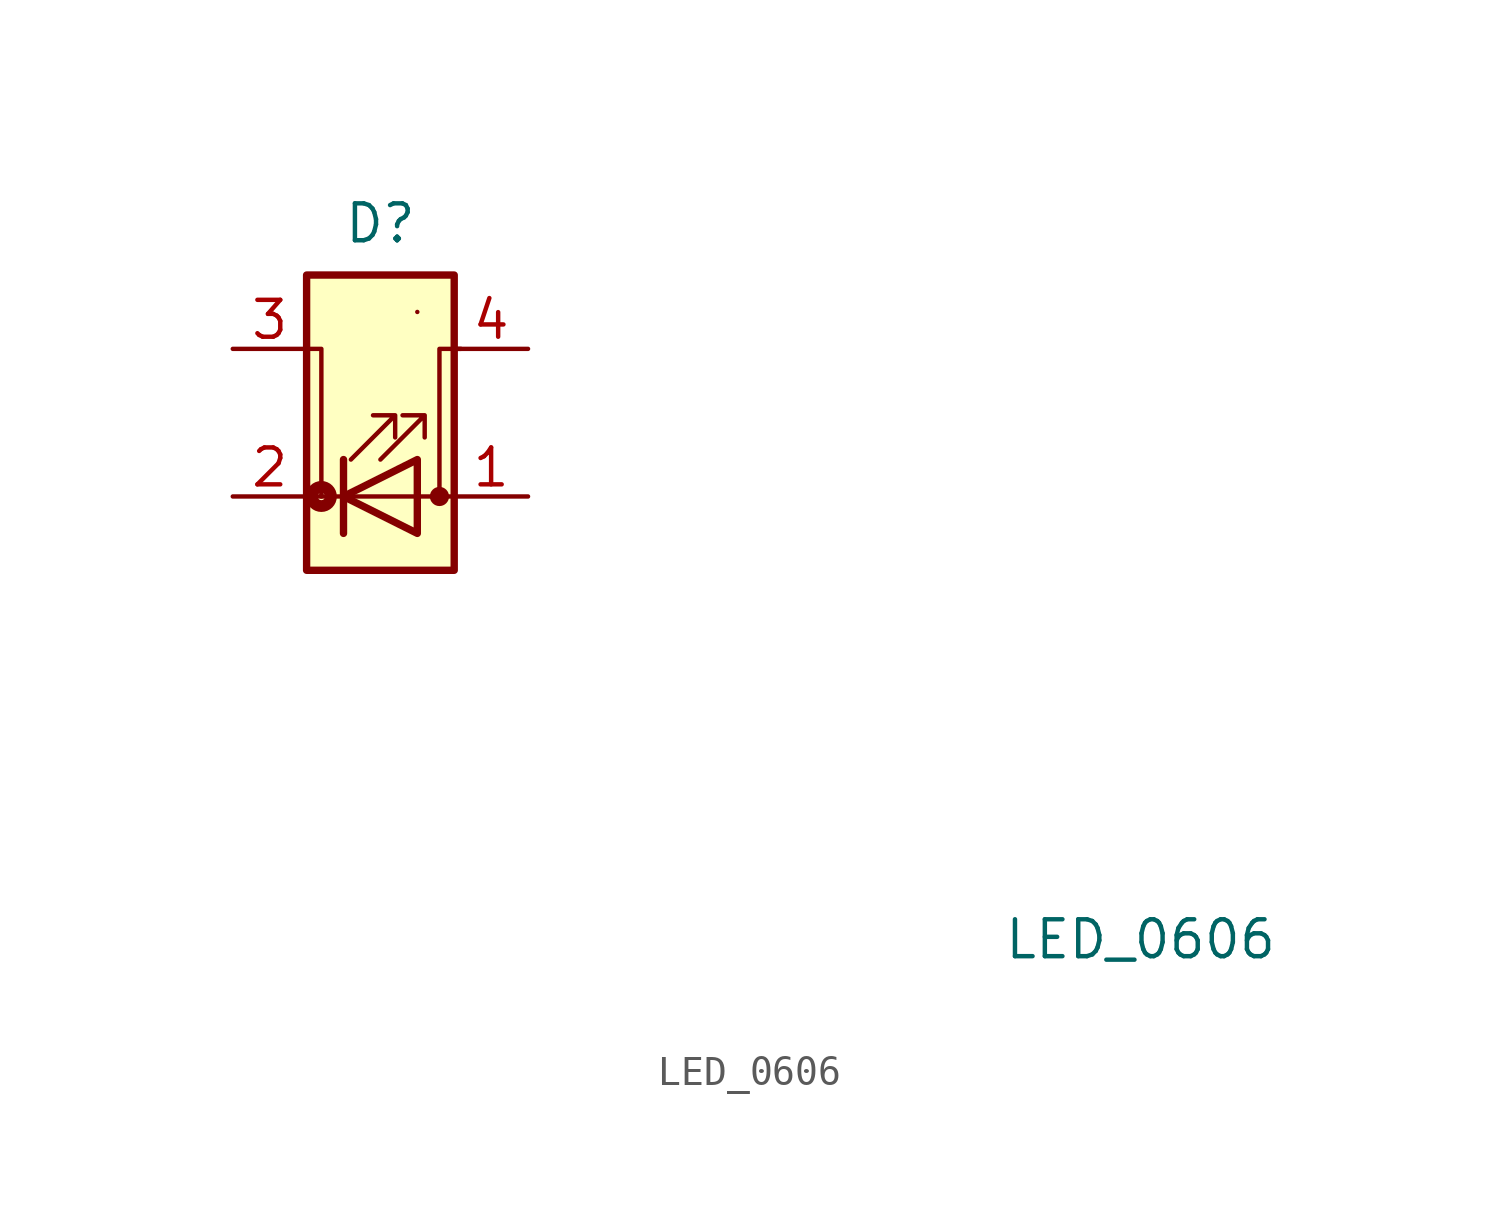
<source format=kicad_sym>
(kicad_symbol_lib
  (version 20211014)
  (generator kicad_symbol_editor)
  (symbol "LED_0606"
    (pin_names
      (offset 0) hide)
    (property "Reference" "D"
      (at 0 9.398 0)
      (effects (font (size 1.27 1.27))))
    (property "Value" "LED_0606"
      (at 26.162 -15.24 0)
      (effects (font (size 1.27 1.27))))
    (symbol "LED_0606_0_1"
      (rectangle (start -2.54 7.62) (end 2.54 -2.54) (stroke (width 0.254) (type default) (color 0 0 0 0)) (fill (type background)))
      (circle (center -2.032 0) (radius 0.127) (stroke (width 0.406) (type default) (color 0 0 0 0)) (fill (type none)))
      (polyline (pts (xy -1.27 0) (xy -2.54 0)) (stroke (width 0) (type default) (color 0 0 0 0)) (fill (type none)))
      (polyline (pts (xy -1.27 1.27) (xy -1.27 -1.27)) (stroke (width 0.254) (type default) (color 0 0 0 0)) (fill (type none)))
      (polyline (pts (xy 1.27 0) (xy -1.27 0)) (stroke (width 0) (type default) (color 0 0 0 0)) (fill (type none)))
      (polyline (pts (xy 1.27 0) (xy 2.54 0)) (stroke (width 0) (type default) (color 0 0 0 0)) (fill (type none)))
      (polyline (pts (xy -2.54 5.08) (xy -2.032 5.08) (xy -2.032 0)) (stroke (width 0) (type default) (color 0 0 0 0)) (fill (type none)))
      (polyline (pts (xy -1.27 1.27) (xy -1.27 -1.27) (xy -1.27 -1.27)) (stroke (width 0) (type default) (color 0 0 0 0)) (fill (type none)))
      (polyline (pts (xy 2.032 0.025) (xy 2.032 5.08) (xy 2.769 5.08)) (stroke (width 0) (type default) (color 0 0 0 0)) (fill (type none)))
      (polyline (pts (xy 1.27 1.27) (xy 1.27 -1.27) (xy -1.27 0) (xy 1.27 1.27)) (stroke (width 0.254) (type default) (color 0 0 0 0)) (fill (type none)))
      (polyline (pts (xy -1.016 1.27) (xy 0.508 2.794) (xy -0.254 2.794) (xy 0.508 2.794) (xy 0.508 2.032)) (stroke (width 0) (type default) (color 0 0 0 0)) (fill (type none)))
      (polyline (pts (xy 0 1.27) (xy 1.524 2.794) (xy 0.762 2.794) (xy 1.524 2.794) (xy 1.524 2.032)) (stroke (width 0) (type default) (color 0 0 0 0)) (fill (type none)))
      (rectangle (start 1.27 -1.27) (end 1.27 1.27) (stroke (width 0) (type default) (color 0 0 0 0)) (fill (type none)))
      (rectangle (start 1.27 1.27) (end 1.27 1.27) (stroke (width 0) (type default) (color 0 0 0 0)) (fill (type none)))
      (rectangle (start 1.27 6.35) (end 1.27 6.35) (stroke (width 0) (type default) (color 0 0 0 0)) (fill (type none)))
      (circle (center 2.032 0) (radius 0.254) (stroke (width 0) (type default) (color 0 0 0 0)) (fill (type outline))))
    (symbol "LED_0606_1_1"
      (pin passive line (at 5.08 0 180) (length 2.54) (name "A" (effects (font (size 1.27 1.27)))) (number "1" (effects (font (size 1.27 1.27)))))
      (pin passive line (at -5.08 0 0) (length 2.54) (name "GK" (effects (font (size 1.27 1.27)))) (number "2" (effects (font (size 1.27 1.27)))))
      (pin passive line (at -5.08 5.08 0) (length 2.54) (name "BK" (effects (font (size 1.27 1.27)))) (number "3" (effects (font (size 1.27 1.27)))))
      (pin passive line (at 5.08 5.08 180) (length 2.54) (name "RK" (effects (font (size 1.27 1.27)))) (number "4" (effects (font (size 1.27 1.27))))))))
</source>
